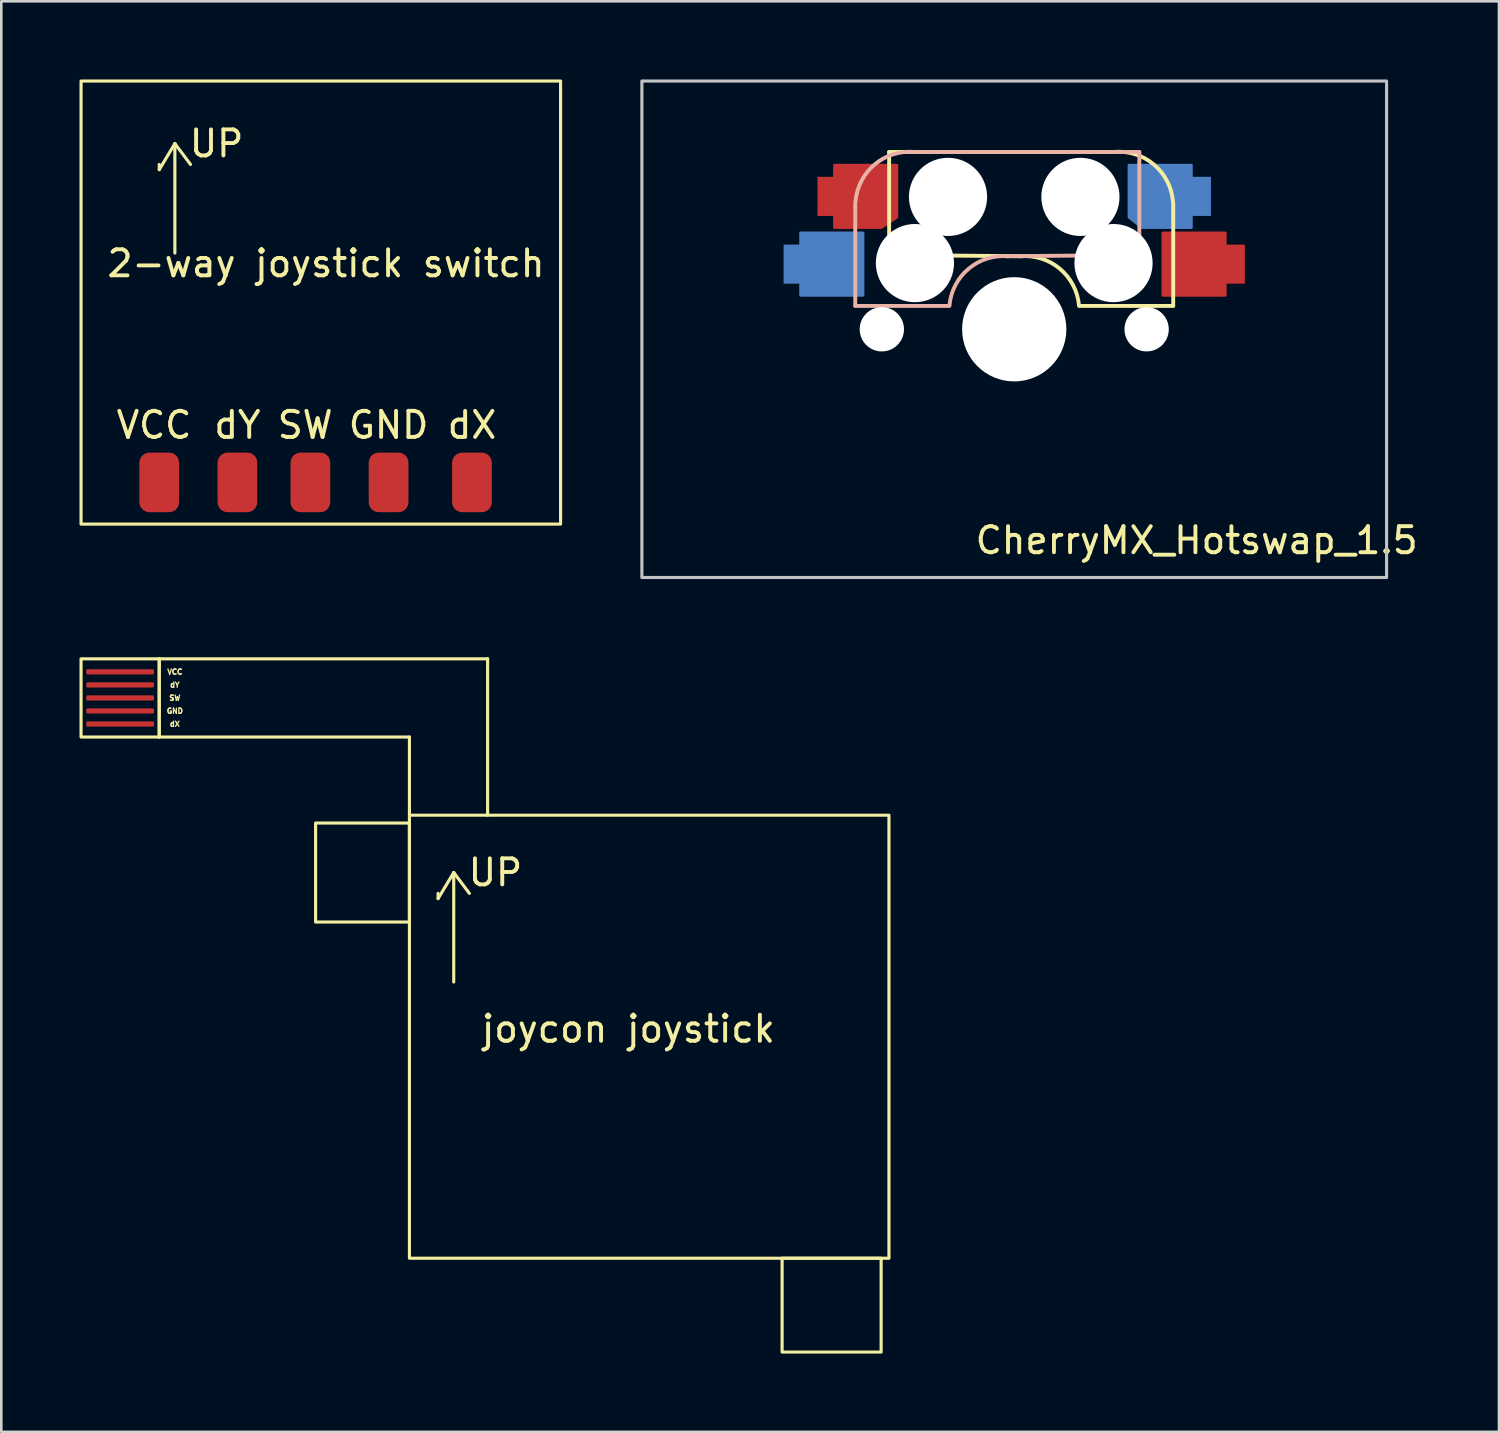
<source format=kicad_pcb>
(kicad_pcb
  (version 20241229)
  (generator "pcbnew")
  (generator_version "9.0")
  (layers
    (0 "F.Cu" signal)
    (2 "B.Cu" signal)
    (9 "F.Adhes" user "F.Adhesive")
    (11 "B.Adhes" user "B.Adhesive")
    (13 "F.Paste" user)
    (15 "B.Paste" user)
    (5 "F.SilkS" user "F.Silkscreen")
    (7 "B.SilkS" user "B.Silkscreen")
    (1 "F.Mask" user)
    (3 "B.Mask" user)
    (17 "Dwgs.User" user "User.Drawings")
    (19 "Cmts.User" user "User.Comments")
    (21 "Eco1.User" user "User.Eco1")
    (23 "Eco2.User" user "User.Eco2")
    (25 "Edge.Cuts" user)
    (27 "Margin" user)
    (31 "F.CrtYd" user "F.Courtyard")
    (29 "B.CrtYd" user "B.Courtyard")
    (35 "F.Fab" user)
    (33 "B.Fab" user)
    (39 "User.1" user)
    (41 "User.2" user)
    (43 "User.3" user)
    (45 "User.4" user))
  (footprint "joycon joystick"
    (layer "F.Cu")
    (at 12.86 39.23)
    (property "Reference" "joycon joystick" (at 8.2 -2.8 0) (unlocked yes) (layer "F.SilkS") (effects (font (size 1 1) (thickness 0.15))))
    (attr smd)
    (fp_line (start -9.8 -17) (end 2.8 -17) (stroke (width 0.12) (type solid)) (layer "F.SilkS"))
    (fp_line (start -9.8 -14) (end -9.8 -17) (stroke (width 0.12) (type solid)) (layer "F.SilkS"))
    (fp_line (start -0.2 -14) (end -9.8 -14) (stroke (width 0.12) (type solid)) (layer "F.SilkS"))
    (fp_line (start -0.2 -11) (end -0.2 -14) (stroke (width 0.12) (type solid)) (layer "F.SilkS"))
    (fp_line (start 0.9 -7.8) (end 0.9 -8) (stroke (width 0.12) (type solid)) (layer "F.SilkS"))
    (fp_line (start 1.5 -8.8) (end 0.9 -7.8) (stroke (width 0.12) (type solid)) (layer "F.SilkS"))
    (fp_line (start 1.5 -8.8) (end 2.1 -8) (stroke (width 0.12) (type solid)) (layer "F.SilkS"))
    (fp_line (start 1.5 -4.6) (end 1.5 -8.8) (stroke (width 0.12) (type solid)) (layer "F.SilkS"))
    (fp_line (start 2.8 -17) (end 2.8 -11) (stroke (width 0.12) (type solid)) (layer "F.SilkS"))
    (fp_rect (start -9.8 -14) (end -12.8 -17) (stroke (width 0.12) (type solid)) (fill no) (layer "F.SilkS"))
    (fp_rect (start -0.2 -10.7) (end -3.8 -6.9) (stroke (width 0.12) (type solid)) (fill no) (layer "F.SilkS"))
    (fp_rect (start -0.2 6) (end 18.2 -11) (stroke (width 0.12) (type solid)) (fill no) (layer "F.SilkS"))
    (fp_rect (start 17.9 6) (end 14.1 9.6) (stroke (width 0.12) (type solid)) (fill no) (layer "F.SilkS"))
    (fp_text user "VCC" (at -9.2 -16.5 0) (unlocked yes) (layer "F.SilkS") (effects (font (size 0.2 0.2) (thickness 0.05))))
    (fp_text user "SW" (at -9.2 -15.5 0) (unlocked yes) (layer "F.SilkS") (effects (font (size 0.2 0.2) (thickness 0.05))))
    (fp_text user "UP" (at 3.1 -8.8 0) (unlocked yes) (layer "F.SilkS") (effects (font (size 1 1) (thickness 0.15))))
    (fp_text user "GND" (at -9.2 -15 0) (unlocked yes) (layer "F.SilkS") (effects (font (size 0.2 0.2) (thickness 0.05))))
    (fp_text user "dY" (at -9.2 -16 0) (unlocked yes) (layer "F.SilkS") (effects (font (size 0.2 0.2) (thickness 0.05))))
    (fp_text user "dX" (at -9.2 -14.5 0) (unlocked yes) (layer "F.SilkS") (effects (font (size 0.2 0.2) (thickness 0.05))))
    (pad "1" smd roundrect (at -11.3 -16.5 180) (size 2.6 0.2) (layers "F.Cu" "F.Mask" "F.Paste") (roundrect_rratio 0.25))
    (pad "2" smd roundrect (at -11.3 -16 180) (size 2.6 0.2) (layers "F.Cu" "F.Mask" "F.Paste") (roundrect_rratio 0.25))
    (pad "3" smd roundrect (at -11.3 -15.5 180) (size 2.6 0.2) (layers "F.Cu" "F.Mask" "F.Paste") (roundrect_rratio 0.25))
    (pad "4" smd roundrect (at -11.3 -15 180) (size 2.6 0.2) (layers "F.Cu" "F.Mask" "F.Paste") (roundrect_rratio 0.25))
    (pad "5" smd roundrect (at -11.3 -14.5 180) (size 2.6 0.2) (layers "F.Cu" "F.Mask" "F.Paste") (roundrect_rratio 0.25)))
  (footprint "2-way joystick switch"
    (layer "F.Cu")
    (at 9.46 7.06)
    (property "Reference" "2-way joystick switch" (at 0 0 0) (unlocked yes) (layer "F.SilkS") (effects (font (size 1 1) (thickness 0.15))))
    (attr smd)
    (fp_line (start -6.4 -3.6) (end -6.4 -3.8) (stroke (width 0.12) (type solid)) (layer "F.SilkS"))
    (fp_line (start -5.8 -4.6) (end -6.4 -3.6) (stroke (width 0.12) (type solid)) (layer "F.SilkS"))
    (fp_line (start -5.8 -4.6) (end -5.2 -3.8) (stroke (width 0.12) (type solid)) (layer "F.SilkS"))
    (fp_line (start -5.8 -0.4) (end -5.8 -4.6) (stroke (width 0.12) (type solid)) (layer "F.SilkS"))
    (fp_rect (start -9.4 10) (end 9 -7) (stroke (width 0.12) (type solid)) (fill no) (layer "F.SilkS"))
    (fp_text user "dY" (at -3.4 6.2 0) (unlocked yes) (layer "F.SilkS") (effects (font (size 1 1) (thickness 0.15))))
    (fp_text user "VCC" (at -6.6 6.2 0) (unlocked yes) (layer "F.SilkS") (effects (font (size 1 1) (thickness 0.15))))
    (fp_text user "UP" (at -4.2 -4.6 0) (unlocked yes) (layer "F.SilkS") (effects (font (size 1 1) (thickness 0.15))))
    (fp_text user "dX" (at 5.6 6.2 0) (unlocked yes) (layer "F.SilkS") (effects (font (size 1 1) (thickness 0.15))))
    (fp_text user "GND" (at 2.4 6.2 0) (unlocked yes) (layer "F.SilkS") (effects (font (size 1 1) (thickness 0.15))))
    (fp_text user "SW" (at -0.8 6.2 0) (unlocked yes) (layer "F.SilkS") (effects (font (size 1 1) (thickness 0.15))))
    (pad "1" smd roundrect (at -6.4 8.4 90) (size 2.286 1.524) (layers "F.Cu" "F.Mask" "F.Paste") (roundrect_rratio 0.25))
    (pad "2" smd roundrect (at -3.4 8.4 90) (size 2.286 1.524) (layers "F.Cu" "F.Mask" "F.Paste") (roundrect_rratio 0.25))
    (pad "3" smd roundrect (at -0.6 8.4 90) (size 2.286 1.524) (layers "F.Cu" "F.Mask" "F.Paste") (roundrect_rratio 0.25))
    (pad "4" smd roundrect (at 2.4 8.4 90) (size 2.286 1.524) (layers "F.Cu" "F.Mask" "F.Paste") (roundrect_rratio 0.25))
    (pad "5" smd roundrect (at 5.6 8.4 90) (size 2.286 1.524) (layers "F.Cu" "F.Mask" "F.Paste") (roundrect_rratio 0.25)))
  (footprint "CherryMX_Hotswap_1.5"
    (layer "F.Cu")
    (at 35.867 9.585)
    (property "Reference" "CherryMX_Hotswap_1.5" (at 7 8.1 0) (layer "F.SilkS") (effects (font (size 1 1) (thickness 0.15))))
    (attr through_hole)
    (fp_line (start -4.8 -6.804) (end 3.825 -6.804) (stroke (width 0.15) (type solid)) (layer "F.SilkS"))
    (fp_line (start -4.8 -2.896) (end -4.8 -6.804) (stroke (width 0.15) (type solid)) (layer "F.SilkS"))
    (fp_line (start -4.8 -2.85) (end 0.25 -2.804) (stroke (width 0.15) (type solid)) (layer "F.SilkS"))
    (fp_line (start 6.1 -4.85) (end 6.1 -0.905) (stroke (width 0.15) (type solid)) (layer "F.SilkS"))
    (fp_line (start 6.1 -0.896) (end 2.49 -0.896) (stroke (width 0.15) (type solid)) (layer "F.SilkS"))
    (fp_arc (start 0.225 -2.8) (mid 1.744361 -2.328062) (end 2.485001 -0.920001) (stroke (width 0.15) (type solid)) (layer "F.SilkS"))
    (fp_arc (start 3.825 -6.804) (mid 5.347189 -6.33089) (end 6.089 -4.92) (stroke (width 0.15) (type solid)) (layer "F.SilkS"))
    (fp_line (start -6.1 -4.85) (end -6.1 -0.905) (stroke (width 0.15) (type solid)) (layer "B.SilkS"))
    (fp_line (start -6.1 -0.896) (end -2.49 -0.896) (stroke (width 0.15) (type solid)) (layer "B.SilkS"))
    (fp_line (start 4.8 -6.804) (end -3.825 -6.804) (stroke (width 0.15) (type solid)) (layer "B.SilkS"))
    (fp_line (start 4.8 -2.896) (end 4.8 -6.804) (stroke (width 0.15) (type solid)) (layer "B.SilkS"))
    (fp_line (start 4.8 -2.85) (end -0.25 -2.804) (stroke (width 0.15) (type solid)) (layer "B.SilkS"))
    (fp_arc (start -6.089 -4.92) (mid -5.347189 -6.33089) (end -3.825 -6.804) (stroke (width 0.15) (type solid)) (layer "B.SilkS"))
    (fp_arc (start -2.484999 -0.920001) (mid -1.74436 -2.328062) (end -0.225 -2.8) (stroke (width 0.15) (type solid)) (layer "B.SilkS"))
    (fp_rect (start -14.287 -9.525) (end 14.287 9.525) (stroke (width 0.12) (type solid)) (fill no) (layer "Dwgs.User"))
    (fp_line (start -7 -7) (end 7 -7) (stroke (width 0.15) (type solid)) (layer "Eco2.User"))
    (fp_line (start -7 7) (end -7 -7) (stroke (width 0.15) (type solid)) (layer "Eco2.User"))
    (fp_line (start 7 -7) (end 7 7) (stroke (width 0.15) (type solid)) (layer "Eco2.User"))
    (fp_line (start 7 7) (end -7 7) (stroke (width 0.15) (type solid)) (layer "Eco2.User"))
    (pad "" np_thru_hole circle (at -5.08 0) (size 1.7 1.7) (drill 1.7) (layers "*.Cu" "*.Mask"))
    (pad "" np_thru_hole circle (at -3.81 -2.54 180) (size 3 3) (drill 3) (layers "*.Cu" "*.Mask"))
    (pad "" np_thru_hole circle (at -2.54 -5.08 180) (size 3 3) (drill 3) (layers "*.Cu" "*.Mask"))
    (pad "" np_thru_hole circle (at 0 0 90) (size 4 4) (drill 4) (layers "*.Cu" "*.Mask"))
    (pad "" np_thru_hole circle (at 2.54 -5.08 180) (size 3 3) (drill 3) (layers "*.Cu" "*.Mask"))
    (pad "" np_thru_hole circle (at 3.81 -2.54 180) (size 3 3) (drill 3) (layers "*.Cu" "*.Mask"))
    (pad "" np_thru_hole circle (at 5.08 0) (size 1.7 1.7) (drill 1.7) (layers "*.Cu" "*.Mask"))
    (pad "1" smd custom (at -8.5 -2.5) (size 0.7 1.5) (layers "B.Cu" "B.Mask" "B.Paste") (options (anchor rect)) (primitives (gr_poly (pts (xy 0.3 -1.2) (xy 2.7 -1.2) (xy 2.7 1.2) (xy 0.3 1.2)) (width 0.1) (fill yes))))
    (pad "1" smd custom (at -7.2 -5.1) (size 0.7 1.5) (layers "F.Cu" "F.Mask" "F.Paste") (options (anchor rect)) (primitives (gr_poly (pts (xy 0.3 -1.2) (xy 0.3 1.2) (xy 2.1 1.2) (xy 2.7 0.8) (xy 2.7 -1.2)) (width 0.1) (fill yes))))
    (pad "2" smd custom (at 7.2 -5.1) (size 0.7 1.5) (layers "B.Cu" "B.Mask" "B.Paste") (options (anchor rect)) (primitives (gr_poly (pts (xy -0.4 -1.2) (xy -2.8 -1.2) (xy -2.8 0.8) (xy -2.3 1.2) (xy -0.4 1.2)) (width 0.1) (fill yes))))
    (pad "2" smd custom (at 8.5 -2.5) (size 0.7 1.5) (layers "F.Cu" "F.Mask" "F.Paste") (options (anchor rect)) (primitives (gr_poly (pts (xy -2.8 -1.2) (xy -0.4 -1.2) (xy -0.4 1.2) (xy -2.8 1.2)) (width 0.1) (fill yes)))))
  (gr_rect
    (start -3 -3)
    (end 54.468 51.89)
    (stroke (width 0.1) (type default))
    (fill no)
    (layer "Edge.Cuts")))
</source>
